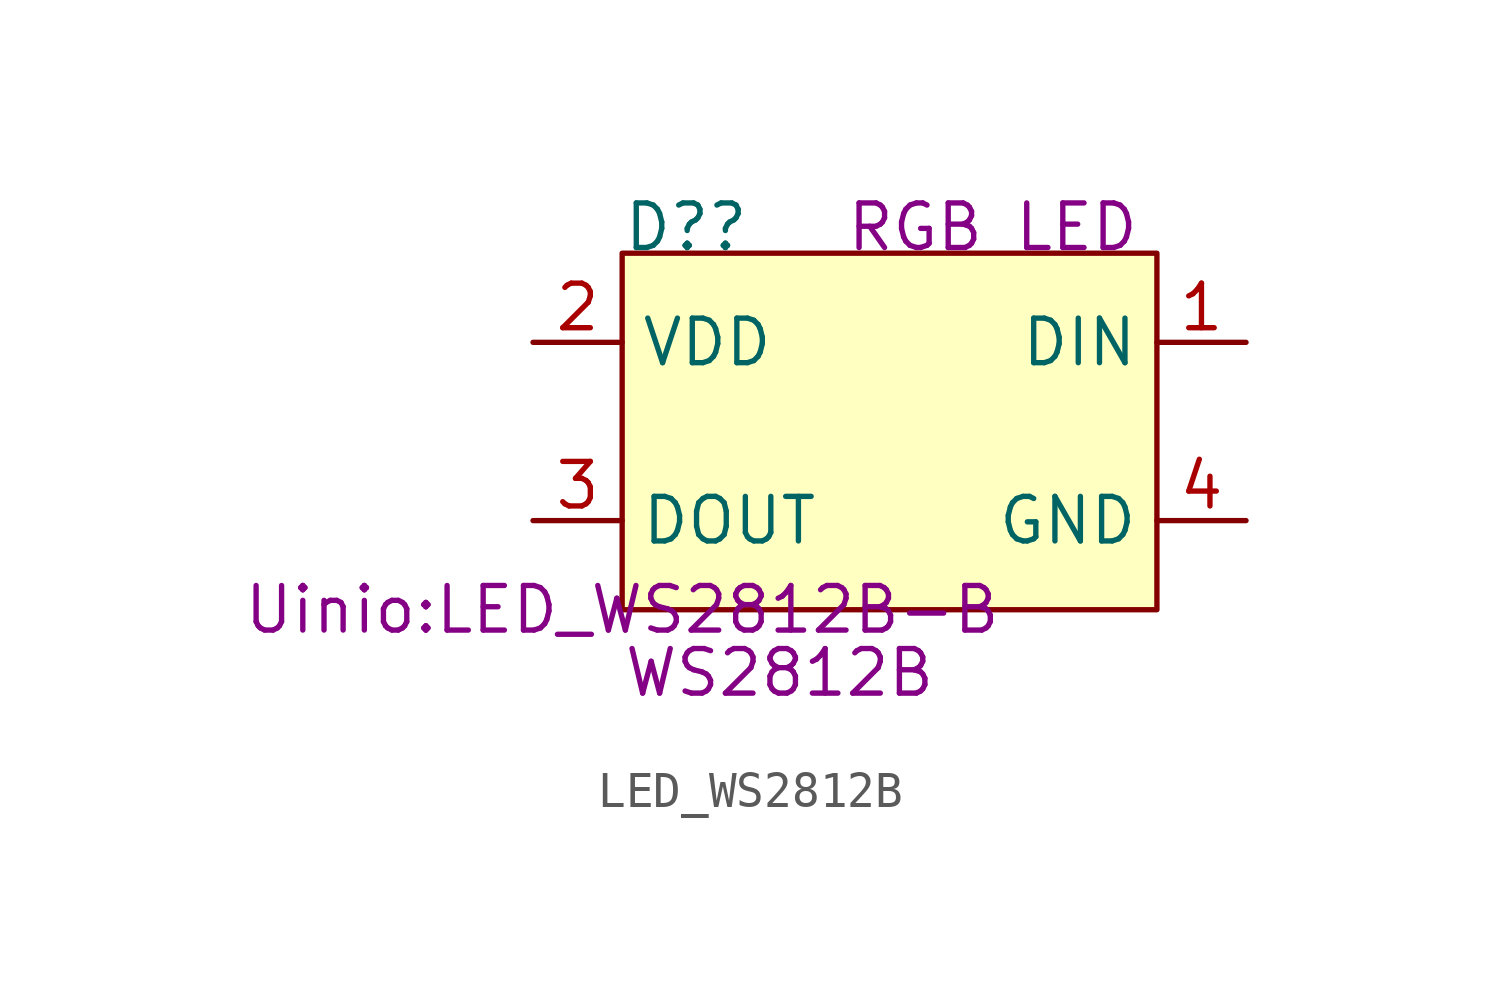
<source format=kicad_sym>
(kicad_symbol_lib
  (version 20220914)
  (generator kicad_symbol_editor)
  (symbol "LED_WS2812B"
    (property "Reference" "D?"
      (at 0 10.16 0)
      (effects (font (size 1.27 1.27)) (justify left bottom)))
    (property "Footprint" "Uinio:LED_WS2812B-B"
      (at 0 0 0)
      (effects (font (size 1.27 1.27))))
    (property "TYPE" "WS2812B"
      (at 0 -2.54 0)
      (effects (font (size 1.27 1.27)) (justify left bottom)))
    (property "ALTIUM_VALUE" "RGB LED"
      (at 6.35 10.16 0)
      (effects (font (size 1.27 1.27)) (justify left bottom)))
    (symbol "LED_WS2812B_1_0"
      (rectangle (start 15.24 10.16) (end 0 0) (stroke (width 0) (type default)) (fill (type background)))
      (pin passive line (at 17.78 7.62 180) (length 2.54) (name "DIN" (effects (font (size 1.27 1.27)))) (number "1" (effects (font (size 1.27 1.27)))))
      (pin passive line (at -2.54 7.62 0) (length 2.54) (name "VDD" (effects (font (size 1.27 1.27)))) (number "2" (effects (font (size 1.27 1.27)))))
      (pin passive line (at -2.54 2.54 0) (length 2.54) (name "DOUT" (effects (font (size 1.27 1.27)))) (number "3" (effects (font (size 1.27 1.27)))))
      (pin passive line (at 17.78 2.54 180) (length 2.54) (name "GND" (effects (font (size 1.27 1.27)))) (number "4" (effects (font (size 1.27 1.27))))))))
</source>
